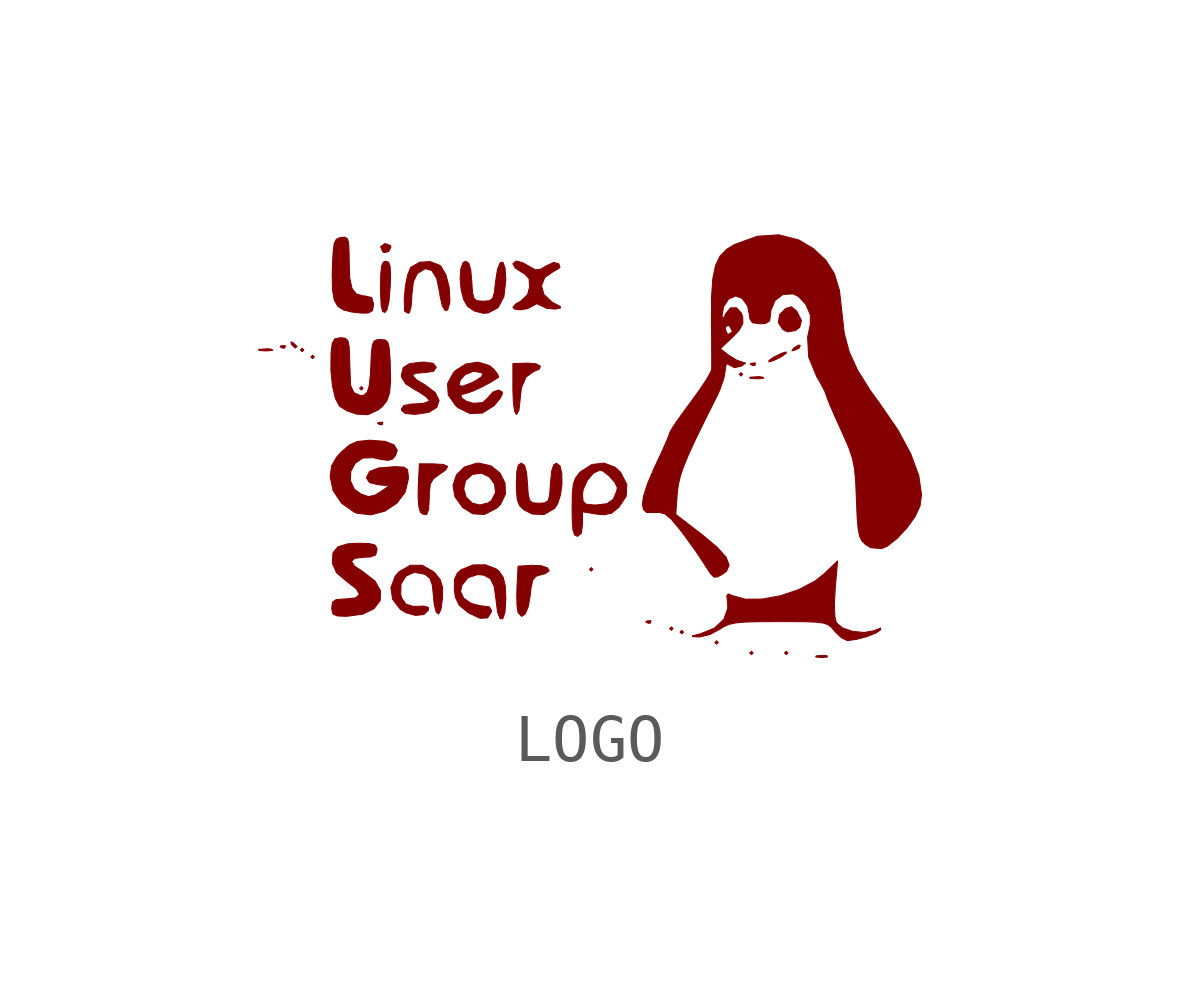
<source format=kicad_sym>
(kicad_symbol_lib
  (version 20210619)
  (generator bitmap2component)
  (symbol "LOGO"
    (pin_names
      (offset 1.016))
    (property "Reference" "#G"
      (at 0 4.372 0)
      (effects (font (size 1.27 1.27)) hide))
    (symbol "LOGO_0_0"
      (polyline (pts (xy 4.594 -4.548) (xy 4.591 -4.524) (xy 4.532 -4.511) (xy 4.374 -4.522) (xy 4.361 -4.525) (xy 4.351 -4.547) (xy 4.463 -4.558) (xy 4.48 -4.558) (xy 4.594 -4.548)) (stroke (width 0.01)) (fill (type outline)))
      (polyline (pts (xy 3.048 -4.463) (xy 3.012 -4.427) (xy 2.975 -4.463) (xy 3.012 -4.499) (xy 3.048 -4.463)) (stroke (width 0.01)) (fill (type outline)))
      (polyline (pts (xy 3.774 -4.463) (xy 3.737 -4.427) (xy 3.701 -4.463) (xy 3.737 -4.499) (xy 3.774 -4.463)) (stroke (width 0.01)) (fill (type outline)))
      (polyline (pts (xy 2.322 -4.245) (xy 2.286 -4.209) (xy 2.25 -4.245) (xy 2.286 -4.282) (xy 2.322 -4.245)) (stroke (width 0.01)) (fill (type outline)))
      (polyline (pts (xy 5.209 -4.179) (xy 5.421 -4.121) (xy 5.604 -4.049) (xy 5.703 -3.982) (xy 5.704 -3.944) (xy 5.599 -3.985) (xy 5.569 -3.999) (xy 5.362 -4.036) (xy 5.123 -4.013) (xy 4.91 -3.942) (xy 4.782 -3.833) (xy 4.752 -3.714) (xy 4.74 -3.461) (xy 4.758 -3.119) (xy 4.808 -2.545) (xy 4.521 -2.818) (xy 4.338 -2.962) (xy 4 -3.141) (xy 3.619 -3.27) (xy 3.233 -3.34) (xy 2.885 -3.342) (xy 2.612 -3.266) (xy 2.529 -3.232) (xy 2.498 -3.274) (xy 2.515 -3.429) (xy 2.519 -3.53) (xy 2.438 -3.759) (xy 2.24 -3.945) (xy 1.946 -4.065) (xy 1.912 -4.073) (xy 1.78 -4.107) (xy 1.782 -4.122) (xy 1.912 -4.129) (xy 1.935 -4.129) (xy 2.141 -4.081) (xy 2.347 -3.973) (xy 2.435 -3.916) (xy 2.543 -3.868) (xy 2.684 -3.837) (xy 2.885 -3.819) (xy 3.175 -3.812) (xy 3.581 -3.81) (xy 3.771 -3.81) (xy 4.116 -3.812) (xy 4.353 -3.821) (xy 4.508 -3.84) (xy 4.607 -3.874) (xy 4.676 -3.928) (xy 4.742 -4.005) (xy 4.754 -4.019) (xy 4.891 -4.149) (xy 5.007 -4.204) (xy 5.028 -4.204) (xy 5.209 -4.179)) (stroke (width 0.01)) (fill (type outline)))
      (polyline (pts (xy 1.597 -4.028) (xy 1.56 -3.991) (xy 1.524 -4.028) (xy 1.56 -4.064) (xy 1.597 -4.028)) (stroke (width 0.01)) (fill (type outline)))
      (polyline (pts (xy 1.379 -3.955) (xy 1.343 -3.919) (xy 1.306 -3.955) (xy 1.343 -3.991) (xy 1.379 -3.955)) (stroke (width 0.01)) (fill (type outline)))
      (polyline (pts (xy 0.909 -3.841) (xy 0.919 -3.798) (xy 0.909 -3.789) (xy 0.823 -3.798) (xy 0.811 -3.82) (xy 0.871 -3.846) (xy 0.909 -3.841)) (stroke (width 0.01)) (fill (type outline)))
      (polyline (pts (xy -2.168 -3.75) (xy -2.123 -3.614) (xy -2.105 -3.344) (xy -2.105 -3.342) (xy -2.117 -3.063) (xy -2.162 -2.883) (xy -2.25 -2.758) (xy -2.299 -2.716) (xy -2.528 -2.626) (xy -2.793 -2.629) (xy -3.036 -2.728) (xy -3.117 -2.799) (xy -3.177 -2.93) (xy -3.179 -3.143) (xy -3.158 -3.302) (xy -3.079 -3.467) (xy -2.906 -3.611) (xy -2.871 -3.634) (xy -2.643 -3.741) (xy -2.486 -3.733) (xy -2.409 -3.61) (xy -2.405 -3.576) (xy -2.448 -3.503) (xy -2.602 -3.483) (xy -2.624 -3.483) (xy -2.826 -3.432) (xy -2.984 -3.32) (xy -3.048 -3.183) (xy -3.022 -3.054) (xy -2.892 -2.894) (xy -2.692 -2.83) (xy -2.568 -2.841) (xy -2.427 -2.916) (xy -2.347 -3.084) (xy -2.309 -3.371) (xy -2.278 -3.614) (xy -2.225 -3.751) (xy -2.168 -3.75)) (stroke (width 0.01)) (fill (type outline)))
      (polyline (pts (xy -5.087 -3.655) (xy -4.851 -3.539) (xy -4.724 -3.371) (xy -4.715 -3.173) (xy -4.831 -2.966) (xy -5.08 -2.772) (xy -5.256 -2.654) (xy -5.322 -2.553) (xy -5.25 -2.49) (xy -5.039 -2.467) (xy -4.931 -2.463) (xy -4.819 -2.423) (xy -4.79 -2.322) (xy -4.793 -2.275) (xy -4.835 -2.212) (xy -4.952 -2.184) (xy -5.18 -2.177) (xy -5.395 -2.188) (xy -5.606 -2.251) (xy -5.709 -2.38) (xy -5.72 -2.59) (xy -5.719 -2.598) (xy -5.635 -2.791) (xy -5.425 -2.969) (xy -5.42 -2.973) (xy -5.221 -3.127) (xy -5.158 -3.242) (xy -5.232 -3.314) (xy -5.443 -3.338) (xy -5.468 -3.338) (xy -5.643 -3.351) (xy -5.717 -3.403) (xy -5.733 -3.52) (xy -5.733 -3.554) (xy -5.708 -3.651) (xy -5.619 -3.692) (xy -5.425 -3.7) (xy -5.087 -3.655)) (stroke (width 0.01)) (fill (type outline)))
      (polyline (pts (xy -3.814 -3.662) (xy -3.717 -3.568) (xy -3.72 -3.512) (xy -3.82 -3.486) (xy -4.029 -3.494) (xy -4.188 -3.446) (xy -4.273 -3.323) (xy -4.295 -3.251) (xy -4.29 -3.029) (xy -4.189 -2.864) (xy -4.018 -2.784) (xy -3.805 -2.82) (xy -3.783 -2.83) (xy -3.689 -2.907) (xy -3.639 -3.043) (xy -3.614 -3.28) (xy -3.6 -3.437) (xy -3.558 -3.611) (xy -3.506 -3.652) (xy -3.457 -3.556) (xy -3.425 -3.321) (xy -3.423 -3.101) (xy -3.47 -2.939) (xy -3.585 -2.795) (xy -3.606 -2.774) (xy -3.845 -2.636) (xy -4.096 -2.635) (xy -4.331 -2.77) (xy -4.413 -2.866) (xy -4.501 -3.104) (xy -4.464 -3.348) (xy -4.304 -3.554) (xy -4.186 -3.626) (xy -3.986 -3.681) (xy -3.814 -3.662)) (stroke (width 0.01)) (fill (type outline)))
      (polyline (pts (xy -1.703 -3.653) (xy -1.638 -3.5) (xy -1.597 -3.26) (xy -1.579 -3.098) (xy -1.544 -2.942) (xy -1.478 -2.866) (xy -1.363 -2.831) (xy -1.283 -2.81) (xy -1.203 -2.752) (xy -1.236 -2.691) (xy -1.363 -2.646) (xy -1.563 -2.637) (xy -1.851 -2.655) (xy -1.873 -3.079) (xy -1.878 -3.265) (xy -1.873 -3.482) (xy -1.854 -3.608) (xy -1.847 -3.626) (xy -1.777 -3.701) (xy -1.703 -3.653)) (stroke (width 0.01)) (fill (type outline)))
      (polyline (pts (xy 2.301 -2.879) (xy 2.4 -2.828) (xy 2.492 -2.762) (xy 2.548 -2.634) (xy 2.485 -2.47) (xy 2.3 -2.262) (xy 1.988 -2.001) (xy 1.435 -1.576) (xy 1.466 -1.154) (xy 1.468 -1.124) (xy 1.489 -0.959) (xy 1.529 -0.787) (xy 1.595 -0.587) (xy 1.697 -0.34) (xy 1.841 -0.025) (xy 2.038 0.378) (xy 2.294 0.889) (xy 2.352 1.016) (xy 2.435 1.249) (xy 2.467 1.424) (xy 2.469 1.494) (xy 2.496 1.567) (xy 2.572 1.527) (xy 2.658 1.481) (xy 2.808 1.516) (xy 2.819 1.522) (xy 2.889 1.578) (xy 2.83 1.596) (xy 2.704 1.638) (xy 2.542 1.738) (xy 2.363 1.876) (xy 2.618 2.117) (xy 2.754 2.258) (xy 2.833 2.4) (xy 2.831 2.54) (xy 2.803 2.619) (xy 2.698 2.731) (xy 2.574 2.727) (xy 2.472 2.6) (xy 2.451 2.551) (xy 2.413 2.492) (xy 2.4 2.563) (xy 2.431 2.75) (xy 2.537 2.911) (xy 2.685 2.975) (xy 2.819 2.924) (xy 2.932 2.766) (xy 2.975 2.545) (xy 2.978 2.501) (xy 3.035 2.417) (xy 3.193 2.395) (xy 3.303 2.401) (xy 3.392 2.455) (xy 3.411 2.601) (xy 3.417 2.675) (xy 3.504 2.881) (xy 3.67 3.007) (xy 3.878 3.019) (xy 3.988 2.967) (xy 4.145 2.8) (xy 4.239 2.582) (xy 4.237 2.373) (xy 4.182 2.119) (xy 4.205 1.7) (xy 4.37 1.298) (xy 4.448 1.165) (xy 4.537 0.996) (xy 4.572 0.906) (xy 4.584 0.865) (xy 4.644 0.712) (xy 4.745 0.478) (xy 4.873 0.195) (xy 4.925 0.081) (xy 5.042 -0.189) (xy 5.117 -0.41) (xy 5.16 -0.63) (xy 5.184 -0.898) (xy 5.199 -1.263) (xy 5.2 -1.3) (xy 5.215 -1.647) (xy 5.235 -1.881) (xy 5.266 -2.031) (xy 5.313 -2.128) (xy 5.384 -2.2) (xy 5.501 -2.271) (xy 5.729 -2.288) (xy 5.847 -2.236) (xy 6.048 -2.077) (xy 6.253 -1.858) (xy 6.424 -1.619) (xy 6.525 -1.401) (xy 6.556 -1.165) (xy 6.5 -0.772) (xy 6.334 -0.318) (xy 6.062 0.187) (xy 5.69 0.728) (xy 5.486 1.009) (xy 5.225 1.426) (xy 5.05 1.81) (xy 4.946 2.199) (xy 4.898 2.63) (xy 4.898 2.638) (xy 4.846 3.091) (xy 4.74 3.44) (xy 4.564 3.719) (xy 4.302 3.963) (xy 4.003 4.141) (xy 3.583 4.25) (xy 3.133 4.22) (xy 2.662 4.049) (xy 2.493 3.947) (xy 2.356 3.804) (xy 2.263 3.609) (xy 2.207 3.337) (xy 2.181 2.968) (xy 2.178 2.476) (xy 2.178 2.45) (xy 2.18 2.29) (xy 2.467 2.29) (xy 2.478 2.342) (xy 2.54 2.359) (xy 2.56 2.344) (xy 2.613 2.245) (xy 2.611 2.229) (xy 2.54 2.177) (xy 2.505 2.191) (xy 2.467 2.29) (xy 2.18 2.29) (xy 2.182 2.094) (xy 2.184 1.786) (xy 2.184 1.56) (xy 2.183 1.447) (xy 2.165 1.395) (xy 2.076 1.236) (xy 1.928 1.014) (xy 1.742 0.757) (xy 1.621 0.595) (xy 1.459 0.369) (xy 1.348 0.202) (xy 1.307 0.123) (xy 1.298 0.09) (xy 1.24 -0.054) (xy 1.14 -0.279) (xy 1.012 -0.553) (xy 0.983 -0.614) (xy 0.846 -0.937) (xy 0.762 -1.198) (xy 0.74 -1.365) (xy 0.76 -1.471) (xy 0.83 -1.538) (xy 0.992 -1.537) (xy 1.09 -1.534) (xy 1.212 -1.568) (xy 1.338 -1.673) (xy 1.506 -1.872) (xy 1.625 -2.028) (xy 1.831 -2.313) (xy 2.001 -2.567) (xy 2.067 -2.67) (xy 2.167 -2.822) (xy 2.234 -2.884) (xy 2.301 -2.879)) (stroke (width 0.01)) (fill (type outline)))
      (polyline (pts (xy -0.29 -2.721) (xy -0.327 -2.685) (xy -0.363 -2.721) (xy -0.327 -2.758) (xy -0.29 -2.721)) (stroke (width 0.01)) (fill (type outline)))
      (polyline (pts (xy -0.606 -2.031) (xy -0.531 -1.965) (xy -0.508 -1.777) (xy -0.508 -1.522) (xy -0.223 -1.568) (xy -0.057 -1.585) (xy 0.099 -1.549) (xy 0.249 -1.427) (xy 0.402 -1.199) (xy 0.416 -0.954) (xy 0.285 -0.699) (xy 0.176 -0.596) (xy -0.059 -0.506) (xy -0.314 -0.536) (xy -0.548 -0.686) (xy -0.578 -0.717) (xy -0.656 -0.822) (xy -0.701 -0.952) (xy -0.721 -1.148) (xy -0.721 -1.161) (xy -0.508 -1.161) (xy -0.494 -1.059) (xy -0.409 -0.868) (xy -0.281 -0.716) (xy -0.145 -0.653) (xy -0.082 -0.675) (xy 0.048 -0.776) (xy 0.166 -0.91) (xy 0.218 -1.021) (xy 0.204 -1.091) (xy 0.143 -1.238) (xy 0.125 -1.266) (xy 0.002 -1.353) (xy -0.22 -1.379) (xy -0.278 -1.379) (xy -0.434 -1.363) (xy -0.496 -1.301) (xy -0.508 -1.161) (xy -0.721 -1.161) (xy -0.726 -1.448) (xy -0.722 -1.71) (xy -0.706 -1.906) (xy -0.673 -2.005) (xy -0.617 -2.032) (xy -0.606 -2.031)) (stroke (width 0.01)) (fill (type outline)))
      (polyline (pts (xy -4.625 -1.508) (xy -4.377 -1.343) (xy -4.202 -1.111) (xy -4.136 -0.833) (xy -4.137 -0.784) (xy -4.154 -0.644) (xy -4.231 -0.59) (xy -4.409 -0.582) (xy -4.434 -0.582) (xy -4.756 -0.608) (xy -4.946 -0.681) (xy -5.007 -0.802) (xy -5.007 -0.819) (xy -4.947 -0.914) (xy -4.772 -0.957) (xy -4.536 -0.98) (xy -4.731 -1.113) (xy -4.835 -1.176) (xy -4.969 -1.205) (xy -5.13 -1.148) (xy -5.263 -1.049) (xy -5.346 -0.872) (xy -5.335 -0.679) (xy -5.244 -0.51) (xy -5.086 -0.402) (xy -4.873 -0.394) (xy -4.72 -0.429) (xy -4.56 -0.45) (xy -4.47 -0.426) (xy -4.406 -0.352) (xy -4.368 -0.242) (xy -4.433 -0.127) (xy -4.62 -0.054) (xy -4.916 -0.031) (xy -4.97 -0.032) (xy -5.199 -0.056) (xy -5.363 -0.127) (xy -5.531 -0.272) (xy -5.632 -0.383) (xy -5.738 -0.569) (xy -5.766 -0.794) (xy -5.705 -1.081) (xy -5.527 -1.345) (xy -5.261 -1.531) (xy -5.205 -1.553) (xy -4.913 -1.585) (xy -4.625 -1.508)) (stroke (width 0.01)) (fill (type outline)))
      (polyline (pts (xy -3.714 -1.474) (xy -3.701 -1.233) (xy -3.7 -1.126) (xy -3.679 -0.944) (xy -3.613 -0.831) (xy -3.477 -0.733) (xy -3.36 -0.651) (xy -3.317 -0.576) (xy -3.409 -0.535) (xy -3.641 -0.522) (xy -3.907 -0.522) (xy -3.931 -0.991) (xy -3.934 -1.222) (xy -3.918 -1.424) (xy -3.886 -1.528) (xy -3.838 -1.569) (xy -3.758 -1.583) (xy -3.714 -1.474)) (stroke (width 0.01)) (fill (type outline)))
      (polyline (pts (xy -2.296 -1.446) (xy -2.215 -1.367) (xy -2.114 -1.153) (xy -2.122 -0.925) (xy -2.225 -0.717) (xy -2.41 -0.566) (xy -2.662 -0.508) (xy -2.718 -0.51) (xy -2.97 -0.589) (xy -3.137 -0.754) (xy -3.207 -0.972) (xy -3.195 -1.043) (xy -2.983 -1.043) (xy -2.944 -0.87) (xy -2.802 -0.743) (xy -2.611 -0.717) (xy -2.448 -0.797) (xy -2.342 -0.944) (xy -2.32 -1.122) (xy -2.409 -1.292) (xy -2.482 -1.339) (xy -2.649 -1.379) (xy -2.802 -1.342) (xy -2.933 -1.216) (xy -2.983 -1.043) (xy -3.195 -1.043) (xy -3.166 -1.21) (xy -3.004 -1.433) (xy -2.795 -1.564) (xy -2.55 -1.577) (xy -2.296 -1.446)) (stroke (width 0.01)) (fill (type outline)))
      (polyline (pts (xy -1.089 -1.451) (xy -1.028 -1.359) (xy -0.966 -1.168) (xy -0.936 -0.944) (xy -0.939 -0.731) (xy -0.975 -0.571) (xy -1.049 -0.508) (xy -1.107 -0.54) (xy -1.151 -0.671) (xy -1.176 -0.925) (xy -1.177 -0.951) (xy -1.193 -1.175) (xy -1.225 -1.291) (xy -1.292 -1.335) (xy -1.415 -1.343) (xy -1.428 -1.343) (xy -1.546 -1.334) (xy -1.609 -1.284) (xy -1.639 -1.16) (xy -1.655 -0.925) (xy -1.674 -0.702) (xy -1.715 -0.553) (xy -1.782 -0.508) (xy -1.786 -0.508) (xy -1.846 -0.55) (xy -1.878 -0.685) (xy -1.887 -0.939) (xy -1.886 -1.056) (xy -1.868 -1.267) (xy -1.819 -1.395) (xy -1.726 -1.484) (xy -1.552 -1.57) (xy -1.306 -1.578) (xy -1.089 -1.451)) (stroke (width 0.01)) (fill (type outline)))
      (polyline (pts (xy -4.679 0.295) (xy -4.669 0.339) (xy -4.679 0.347) (xy -4.766 0.339) (xy -4.777 0.317) (xy -4.717 0.29) (xy -4.679 0.295)) (stroke (width 0.01)) (fill (type outline)))
      (polyline (pts (xy -4.772 0.598) (xy -4.692 0.659) (xy -4.587 0.784) (xy -4.528 0.954) (xy -4.507 1.203) (xy -4.514 1.562) (xy -4.519 1.68) (xy -4.536 1.897) (xy -4.566 2.013) (xy -4.622 2.06) (xy -4.717 2.068) (xy -4.781 2.066) (xy -4.848 2.039) (xy -4.886 1.959) (xy -4.907 1.793) (xy -4.92 1.512) (xy -4.928 1.338) (xy -4.953 1.102) (xy -4.994 0.97) (xy -5.059 0.911) (xy -5.133 0.899) (xy -5.271 0.962) (xy -5.34 1.109) (xy -5.345 1.199) (xy -5.352 1.398) (xy -5.359 1.651) (xy -5.36 1.68) (xy -5.37 1.916) (xy -5.396 2.043) (xy -5.45 2.095) (xy -5.548 2.105) (xy -5.566 2.104) (xy -5.671 2.081) (xy -5.723 1.992) (xy -5.747 1.796) (xy -5.748 1.776) (xy -5.751 1.427) (xy -5.719 1.101) (xy -5.657 0.838) (xy -5.572 0.679) (xy -5.57 0.677) (xy -5.418 0.582) (xy -5.215 0.513) (xy -4.981 0.501) (xy -4.772 0.598)) (stroke (width 0.01)) (fill (type outline)))
      (polyline (pts (xy -3.994 0.508) (xy -3.713 0.549) (xy -3.544 0.654) (xy -3.497 0.799) (xy -3.577 0.963) (xy -3.792 1.125) (xy -3.963 1.226) (xy -4.05 1.313) (xy -3.998 1.363) (xy -3.81 1.379) (xy -3.787 1.379) (xy -3.611 1.407) (xy -3.556 1.488) (xy -3.556 1.493) (xy -3.619 1.572) (xy -3.804 1.597) (xy -3.868 1.596) (xy -4.112 1.566) (xy -4.243 1.483) (xy -4.282 1.336) (xy -4.274 1.272) (xy -4.19 1.143) (xy -3.991 1.016) (xy -3.909 0.971) (xy -3.76 0.87) (xy -3.701 0.797) (xy -3.708 0.781) (xy -3.81 0.742) (xy -3.991 0.726) (xy -4.075 0.724) (xy -4.234 0.693) (xy -4.282 0.617) (xy -4.279 0.593) (xy -4.202 0.528) (xy -4.005 0.508) (xy -3.994 0.508)) (stroke (width 0.01)) (fill (type outline)))
      (polyline (pts (xy -2.593 0.536) (xy -2.355 0.686) (xy -2.34 0.702) (xy -2.224 0.842) (xy -2.177 0.94) (xy -2.186 0.98) (xy -2.261 1.016) (xy -2.373 0.974) (xy -2.47 0.867) (xy -2.474 0.858) (xy -2.586 0.754) (xy -2.775 0.74) (xy -2.79 0.741) (xy -2.936 0.785) (xy -3.028 0.853) (xy -3.041 0.916) (xy -2.949 0.943) (xy -2.936 0.945) (xy -2.803 0.989) (xy -2.61 1.077) (xy -2.41 1.184) (xy -2.256 1.283) (xy -2.272 1.337) (xy -2.358 1.451) (xy -2.454 1.529) (xy -2.685 1.597) (xy -2.937 1.559) (xy -3.16 1.419) (xy -3.195 1.382) (xy -3.321 1.149) (xy -3.319 1.115) (xy -3.084 1.115) (xy -3.053 1.225) (xy -2.955 1.335) (xy -2.78 1.407) (xy -2.61 1.377) (xy -2.594 1.365) (xy -2.602 1.298) (xy -2.744 1.205) (xy -2.825 1.164) (xy -3.01 1.094) (xy -3.084 1.115) (xy -3.319 1.115) (xy -3.305 0.911) (xy -3.146 0.686) (xy -3.104 0.649) (xy -2.851 0.524) (xy -2.593 0.536)) (stroke (width 0.01)) (fill (type outline)))
      (polyline (pts (xy -1.878 0.51) (xy -1.833 0.591) (xy -1.814 0.757) (xy -1.782 1.059) (xy -1.684 1.286) (xy -1.53 1.399) (xy -1.407 1.45) (xy -1.385 1.514) (xy -1.477 1.563) (xy -1.669 1.577) (xy -1.959 1.566) (xy -1.959 1.022) (xy -1.949 0.757) (xy -1.924 0.575) (xy -1.887 0.508) (xy -1.878 0.51)) (stroke (width 0.01)) (fill (type outline)))
      (polyline (pts (xy -5.08 1.052) (xy -5.116 1.089) (xy -5.152 1.052) (xy -5.116 1.016) (xy -5.08 1.052)) (stroke (width 0.01)) (fill (type outline)))
      (polyline (pts (xy 3.17 1.251) (xy 3.27 1.263) (xy 3.248 1.284) (xy 3.178 1.295) (xy 2.994 1.284) (xy 2.973 1.277) (xy 2.989 1.258) (xy 3.121 1.251) (xy 3.17 1.251)) (stroke (width 0.01)) (fill (type outline)))
      (polyline (pts (xy 2.83 1.343) (xy 2.794 1.379) (xy 2.758 1.343) (xy 2.794 1.306) (xy 2.83 1.343)) (stroke (width 0.01)) (fill (type outline)))
      (polyline (pts (xy 3.086 1.529) (xy 3.096 1.572) (xy 3.086 1.581) (xy 3 1.572) (xy 2.988 1.551) (xy 3.048 1.524) (xy 3.086 1.529)) (stroke (width 0.01)) (fill (type outline)))
      (polyline (pts (xy 3.472 1.629) (xy 3.629 1.705) (xy 3.634 1.709) (xy 3.736 1.78) (xy 3.737 1.809) (xy 3.64 1.781) (xy 3.483 1.705) (xy 3.478 1.702) (xy 3.376 1.631) (xy 3.375 1.602) (xy 3.472 1.629)) (stroke (width 0.01)) (fill (type outline)))
      (polyline (pts (xy -6.096 1.705) (xy -6.132 1.742) (xy -6.169 1.705) (xy -6.132 1.669) (xy -6.096 1.705)) (stroke (width 0.01)) (fill (type outline)))
      (polyline (pts (xy -7.063 1.832) (xy -6.962 1.843) (xy -6.985 1.864) (xy -7.055 1.876) (xy -7.239 1.864) (xy -7.26 1.857) (xy -7.244 1.839) (xy -7.112 1.831) (xy -7.063 1.832)) (stroke (width 0.01)) (fill (type outline)))
      (polyline (pts (xy -6.314 1.851) (xy -6.35 1.887) (xy -6.386 1.851) (xy -6.35 1.814) (xy -6.314 1.851)) (stroke (width 0.01)) (fill (type outline)))
      (polyline (pts (xy 3.94 1.855) (xy 4.008 1.891) (xy 4.03 1.945) (xy 3.995 1.953) (xy 3.9 1.896) (xy 3.89 1.886) (xy 3.855 1.833) (xy 3.94 1.855)) (stroke (width 0.01)) (fill (type outline)))
      (polyline (pts (xy -6.711 1.892) (xy -6.701 1.935) (xy -6.711 1.944) (xy -6.798 1.935) (xy -6.809 1.913) (xy -6.749 1.887) (xy -6.711 1.892)) (stroke (width 0.01)) (fill (type outline)))
      (polyline (pts (xy -6.459 1.919) (xy -6.465 1.935) (xy -6.543 2.003) (xy -6.583 2.02) (xy -6.575 1.971) (xy -6.565 1.956) (xy -6.493 1.889) (xy -6.459 1.919)) (stroke (width 0.01)) (fill (type outline)))
      (polyline (pts (xy 3.929 2.255) (xy 4.018 2.322) (xy 4.055 2.463) (xy 3.959 2.653) (xy 3.947 2.669) (xy 3.844 2.751) (xy 3.724 2.714) (xy 3.598 2.583) (xy 3.573 2.417) (xy 3.667 2.276) (xy 3.762 2.228) (xy 3.929 2.255)) (stroke (width 0.01)) (fill (type outline)))
      (polyline (pts (xy -4.973 2.621) (xy -4.883 2.669) (xy -4.862 2.794) (xy -4.862 2.814) (xy -4.901 2.942) (xy -5.029 2.975) (xy -5.079 2.977) (xy -5.223 3.019) (xy -5.312 3.136) (xy -5.358 3.35) (xy -5.37 3.684) (xy -5.371 3.841) (xy -5.378 4.051) (xy -5.401 4.161) (xy -5.45 4.2) (xy -5.534 4.196) (xy -5.567 4.19) (xy -5.638 4.157) (xy -5.681 4.073) (xy -5.704 3.908) (xy -5.718 3.629) (xy -5.725 3.422) (xy -5.718 3.104) (xy -5.682 2.892) (xy -5.609 2.761) (xy -5.495 2.687) (xy -5.32 2.641) (xy -5.098 2.617) (xy -4.973 2.621)) (stroke (width 0.01)) (fill (type outline)))
      (polyline (pts (xy -4.585 2.681) (xy -4.54 2.868) (xy -4.514 3.181) (xy -4.508 3.401) (xy -4.516 3.587) (xy -4.547 3.677) (xy -4.605 3.701) (xy -4.653 3.686) (xy -4.692 3.607) (xy -4.712 3.438) (xy -4.717 3.151) (xy -4.716 3.027) (xy -4.704 2.781) (xy -4.675 2.655) (xy -4.626 2.631) (xy -4.585 2.681)) (stroke (width 0.01)) (fill (type outline)))
      (polyline (pts (xy -4.111 2.636) (xy -4.077 2.765) (xy -4.064 2.97) (xy -4.064 2.99) (xy -4.032 3.271) (xy -3.95 3.442) (xy -3.948 3.444) (xy -3.786 3.544) (xy -3.649 3.506) (xy -3.546 3.34) (xy -3.486 3.05) (xy -3.477 2.978) (xy -3.431 2.775) (xy -3.374 2.672) (xy -3.318 2.683) (xy -3.277 2.822) (xy -3.271 2.891) (xy -3.287 3.16) (xy -3.353 3.414) (xy -3.455 3.59) (xy -3.484 3.615) (xy -3.681 3.692) (xy -3.905 3.678) (xy -4.083 3.574) (xy -4.09 3.566) (xy -4.152 3.416) (xy -4.199 3.18) (xy -4.223 2.912) (xy -4.216 2.667) (xy -4.212 2.655) (xy -4.136 2.613) (xy -4.111 2.636)) (stroke (width 0.01)) (fill (type outline)))
      (polyline (pts (xy -2.471 2.623) (xy -2.268 2.732) (xy -2.146 2.961) (xy -2.105 3.308) (xy -2.122 3.558) (xy -2.166 3.68) (xy -2.223 3.67) (xy -2.28 3.529) (xy -2.322 3.26) (xy -2.345 3.05) (xy -2.381 2.924) (xy -2.45 2.875) (xy -2.576 2.867) (xy -2.59 2.867) (xy -2.707 2.876) (xy -2.77 2.925) (xy -2.8 3.049) (xy -2.816 3.284) (xy -2.835 3.507) (xy -2.876 3.656) (xy -2.943 3.701) (xy -2.998 3.669) (xy -3.046 3.533) (xy -3.058 3.33) (xy -3.037 3.105) (xy -2.985 2.9) (xy -2.903 2.758) (xy -2.764 2.663) (xy -2.576 2.613) (xy -2.471 2.623)) (stroke (width 0.01)) (fill (type outline)))
      (polyline (pts (xy -1.655 2.711) (xy -1.542 2.769) (xy -1.464 2.815) (xy -1.35 2.764) (xy -1.253 2.716) (xy -1.074 2.702) (xy -0.966 2.725) (xy -0.972 2.757) (xy -1.103 2.826) (xy -1.139 2.845) (xy -1.31 3.003) (xy -1.362 3.187) (xy -1.294 3.361) (xy -1.107 3.49) (xy -1.083 3.5) (xy -0.977 3.568) (xy -1 3.642) (xy -1.006 3.647) (xy -1.109 3.676) (xy -1.268 3.6) (xy -1.376 3.536) (xy -1.487 3.519) (xy -1.615 3.59) (xy -1.741 3.662) (xy -1.867 3.701) (xy -1.902 3.698) (xy -1.959 3.647) (xy -1.911 3.559) (xy -1.774 3.469) (xy -1.721 3.442) (xy -1.622 3.338) (xy -1.611 3.162) (xy -1.652 3.005) (xy -1.796 2.868) (xy -1.901 2.808) (xy -1.959 2.74) (xy -1.924 2.701) (xy -1.803 2.686) (xy -1.655 2.711)) (stroke (width 0.01)) (fill (type outline)))
      (polyline (pts (xy -4.547 3.901) (xy -4.499 3.996) (xy -4.512 4.027) (xy -4.608 4.064) (xy -4.637 4.062) (xy -4.715 4.002) (xy -4.671 3.897) (xy -4.641 3.878) (xy -4.547 3.901)) (stroke (width 0.01)) (fill (type outline))))))
</source>
